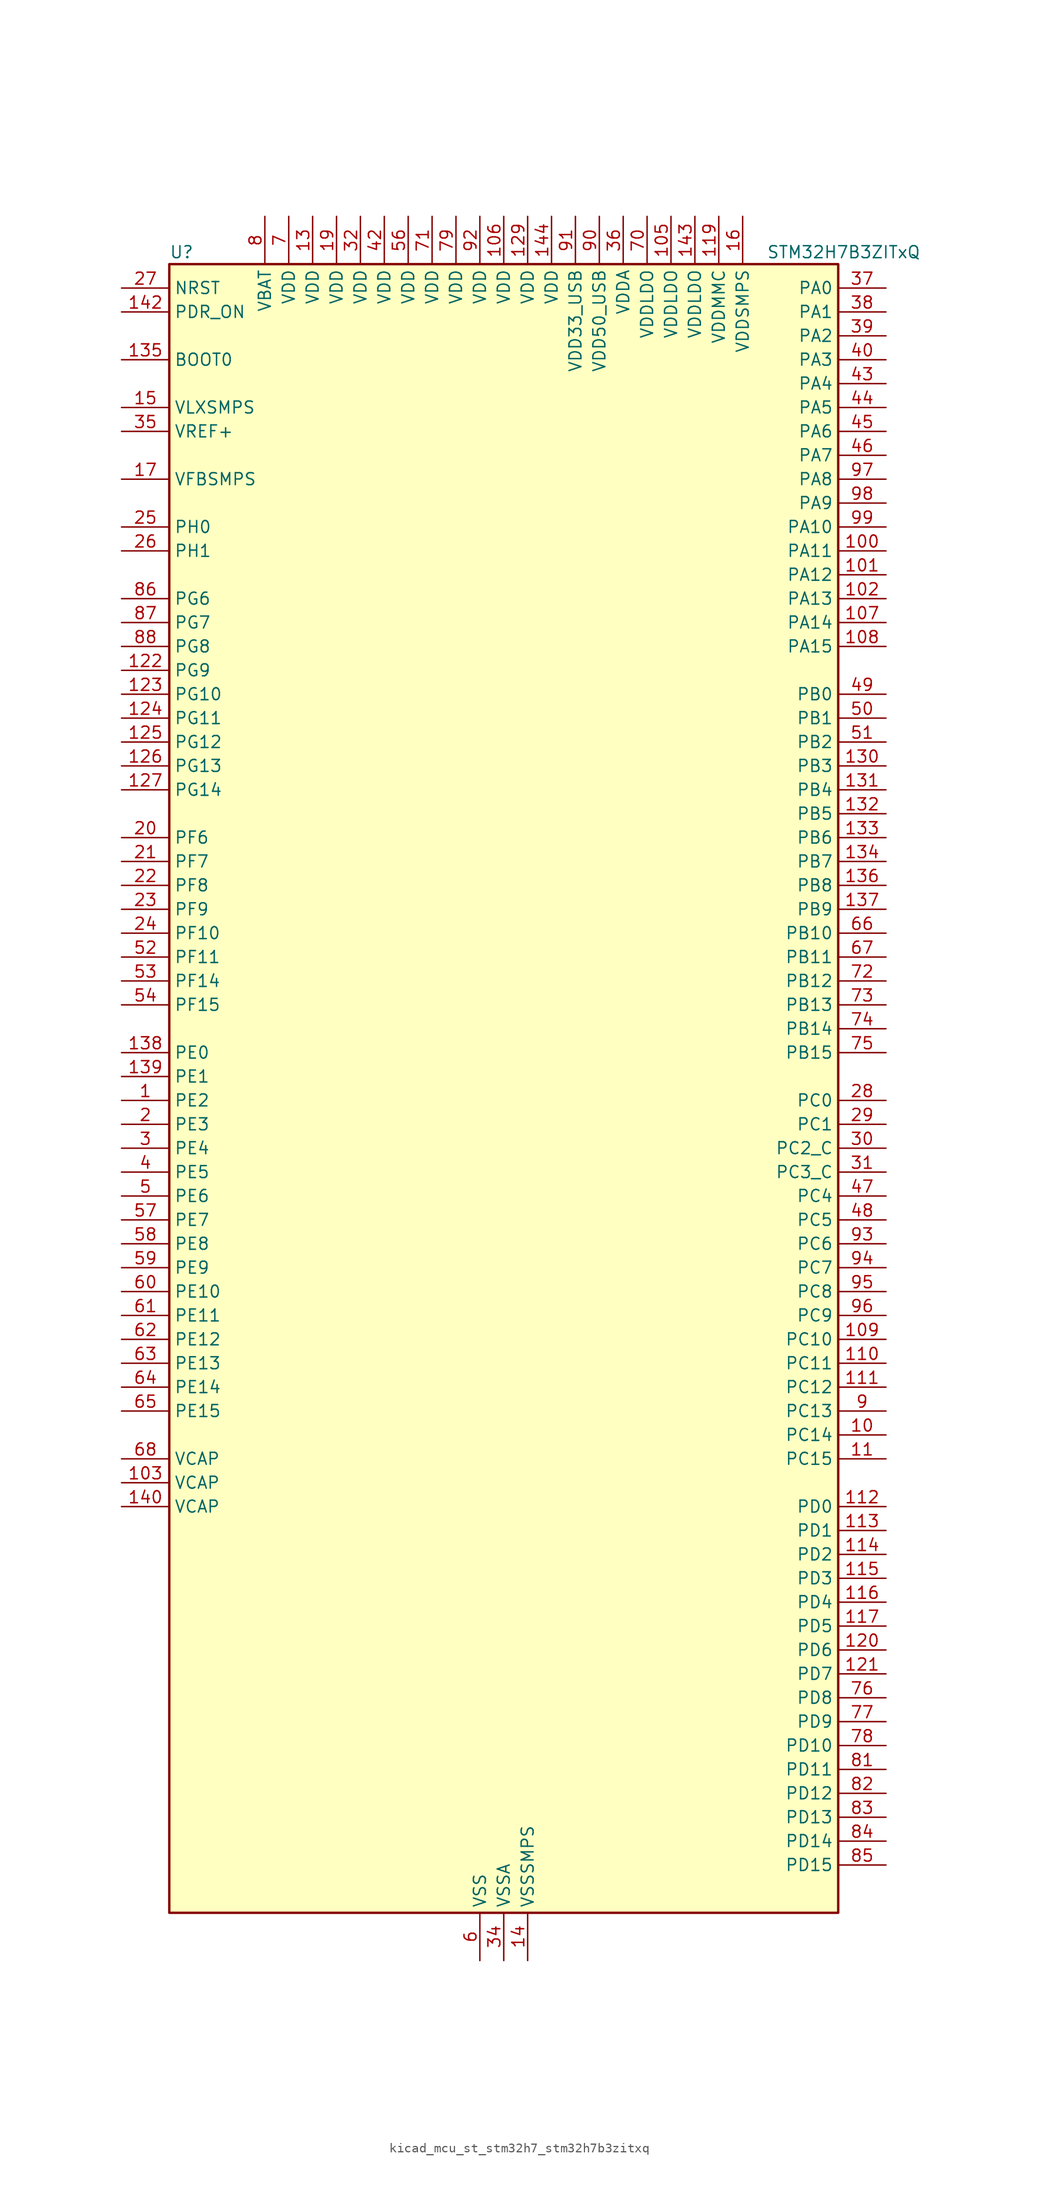
<source format=kicad_sym>
(kicad_symbol_lib
  (version 20220914)
  (generator kicad_symbol_editor)
  (symbol "kicad_mcu_st_stm32h7_stm32h7b3zitxq"
    (property "Reference" "U"
      (at -35.56 90.17 0)
      (effects (font (size 1.27 1.27)) (justify left)))
    (property "Value" "STM32H7B3ZITxQ"
      (at 27.94 90.17 0)
      (effects (font (size 1.27 1.27)) (justify left)))
    (property "ki_locked" ""
      (at 0 0 0)
      (effects (font (size 1.27 1.27))))
    (symbol "kicad_mcu_st_stm32h7_stm32h7b3zitxq_0_1"
      (rectangle (start -35.56 -86.36) (end 35.56 88.9) (stroke (width 0.254) (type default)) (fill (type background))))
    (symbol "kicad_mcu_st_stm32h7_stm32h7b3zitxq_1_1"
      (pin bidirectional line (at -40.64 0 0) (length 5.08) (name "PE2" (effects (font (size 1.27 1.27)))) (number "1" (effects (font (size 1.27 1.27)))) (alternate "DEBUG_TRACECLK" bidirectional line) (alternate "FMC_A23" bidirectional line) (alternate "OCTOSPIM_P1_IO2" bidirectional line) (alternate "SAI1_CK1" bidirectional line) (alternate "SAI1_MCLK_A" bidirectional line) (alternate "SPI4_SCK" bidirectional line) (alternate "USART10_RX" bidirectional line))
      (pin bidirectional line (at 40.64 -35.56 180) (length 5.08) (name "PC14" (effects (font (size 1.27 1.27)))) (number "10" (effects (font (size 1.27 1.27)))) (alternate "RCC_OSC32_IN" bidirectional line))
      (pin bidirectional line (at 40.64 58.42 180) (length 5.08) (name "PA11" (effects (font (size 1.27 1.27)))) (number "100" (effects (font (size 1.27 1.27)))) (alternate "ADC1_EXTI11" bidirectional line) (alternate "ADC2_EXTI11" bidirectional line) (alternate "FDCAN1_RX" bidirectional line) (alternate "I2S2_WS" bidirectional line) (alternate "LPUART1_CTS" bidirectional line) (alternate "LTDC_R4" bidirectional line) (alternate "SPI2_NSS" bidirectional line) (alternate "TIM1_CH4" bidirectional line) (alternate "UART4_RX" bidirectional line) (alternate "USART1_CTS" bidirectional line) (alternate "USART1_NSS" bidirectional line) (alternate "USB_OTG_HS_DM" bidirectional line))
      (pin bidirectional line (at 40.64 55.88 180) (length 5.08) (name "PA12" (effects (font (size 1.27 1.27)))) (number "101" (effects (font (size 1.27 1.27)))) (alternate "FDCAN1_TX" bidirectional line) (alternate "I2S2_CK" bidirectional line) (alternate "LPUART1_DE" bidirectional line) (alternate "LPUART1_RTS" bidirectional line) (alternate "LTDC_R5" bidirectional line) (alternate "SAI2_FS_B" bidirectional line) (alternate "SPI2_SCK" bidirectional line) (alternate "TIM1_ETR" bidirectional line) (alternate "UART4_TX" bidirectional line) (alternate "USART1_DE" bidirectional line) (alternate "USART1_RTS" bidirectional line) (alternate "USB_OTG_HS_DP" bidirectional line))
      (pin bidirectional line (at 40.64 53.34 180) (length 5.08) (name "PA13" (effects (font (size 1.27 1.27)))) (number "102" (effects (font (size 1.27 1.27)))) (alternate "DEBUG_JTMS-SWDIO" bidirectional line))
      (pin power_out line (at -40.64 -40.64 0) (length 5.08) (name "VCAP" (effects (font (size 1.27 1.27)))) (number "103" (effects (font (size 1.27 1.27)))))
      (pin passive line (at -2.54 -91.44 90) (length 5.08) hide (name "VSS" (effects (font (size 1.27 1.27)))) (number "104" (effects (font (size 1.27 1.27)))))
      (pin power_in line (at 17.78 93.98 270) (length 5.08) (name "VDDLDO" (effects (font (size 1.27 1.27)))) (number "105" (effects (font (size 1.27 1.27)))))
      (pin power_in line (at 0 93.98 270) (length 5.08) (name "VDD" (effects (font (size 1.27 1.27)))) (number "106" (effects (font (size 1.27 1.27)))))
      (pin bidirectional line (at 40.64 50.8 180) (length 5.08) (name "PA14" (effects (font (size 1.27 1.27)))) (number "107" (effects (font (size 1.27 1.27)))) (alternate "DEBUG_JTCK-SWCLK" bidirectional line))
      (pin bidirectional line (at 40.64 48.26 180) (length 5.08) (name "PA15" (effects (font (size 1.27 1.27)))) (number "108" (effects (font (size 1.27 1.27)))) (alternate "ADC1_EXTI15" bidirectional line) (alternate "ADC2_EXTI15" bidirectional line) (alternate "CEC" bidirectional line) (alternate "DEBUG_JTDI" bidirectional line) (alternate "I2S1_WS" bidirectional line) (alternate "I2S3_WS" bidirectional line) (alternate "I2S6_WS" bidirectional line) (alternate "LTDC_B6" bidirectional line) (alternate "LTDC_R3" bidirectional line) (alternate "SPI1_NSS" bidirectional line) (alternate "SPI3_NSS" bidirectional line) (alternate "SPI6_NSS" bidirectional line) (alternate "TIM2_CH1" bidirectional line) (alternate "TIM2_ETR" bidirectional line) (alternate "UART4_DE" bidirectional line) (alternate "UART4_RTS" bidirectional line) (alternate "UART7_TX" bidirectional line))
      (pin bidirectional line (at 40.64 -25.4 180) (length 5.08) (name "PC10" (effects (font (size 1.27 1.27)))) (number "109" (effects (font (size 1.27 1.27)))) (alternate "DCMI_D8" bidirectional line) (alternate "DFSDM1_CKIN5" bidirectional line) (alternate "DFSDM2_CKIN0" bidirectional line) (alternate "I2S3_CK" bidirectional line) (alternate "LTDC_B1" bidirectional line) (alternate "LTDC_R2" bidirectional line) (alternate "OCTOSPIM_P1_IO1" bidirectional line) (alternate "PSSI_D8" bidirectional line) (alternate "SDMMC1_D2" bidirectional line) (alternate "SPI3_SCK" bidirectional line) (alternate "SWPMI1_RX" bidirectional line) (alternate "UART4_TX" bidirectional line) (alternate "USART3_TX" bidirectional line))
      (pin bidirectional line (at 40.64 -38.1 180) (length 5.08) (name "PC15" (effects (font (size 1.27 1.27)))) (number "11" (effects (font (size 1.27 1.27)))) (alternate "ADC1_EXTI15" bidirectional line) (alternate "ADC2_EXTI15" bidirectional line) (alternate "RCC_OSC32_OUT" bidirectional line))
      (pin bidirectional line (at 40.64 -27.94 180) (length 5.08) (name "PC11" (effects (font (size 1.27 1.27)))) (number "110" (effects (font (size 1.27 1.27)))) (alternate "ADC1_EXTI11" bidirectional line) (alternate "ADC2_EXTI11" bidirectional line) (alternate "DCMI_D4" bidirectional line) (alternate "DFSDM1_DATIN5" bidirectional line) (alternate "DFSDM2_DATIN0" bidirectional line) (alternate "I2S3_SDI" bidirectional line) (alternate "LTDC_B4" bidirectional line) (alternate "OCTOSPIM_P1_NCS" bidirectional line) (alternate "PSSI_D4" bidirectional line) (alternate "SDMMC1_D3" bidirectional line) (alternate "SPI3_MISO" bidirectional line) (alternate "UART4_RX" bidirectional line) (alternate "USART3_RX" bidirectional line))
      (pin bidirectional line (at 40.64 -30.48 180) (length 5.08) (name "PC12" (effects (font (size 1.27 1.27)))) (number "111" (effects (font (size 1.27 1.27)))) (alternate "DCMI_D9" bidirectional line) (alternate "DEBUG_TRACED3" bidirectional line) (alternate "DFSDM2_CKOUT" bidirectional line) (alternate "I2S3_SDO" bidirectional line) (alternate "I2S6_CK" bidirectional line) (alternate "LTDC_R6" bidirectional line) (alternate "PSSI_D9" bidirectional line) (alternate "SDMMC1_CK" bidirectional line) (alternate "SPI3_MOSI" bidirectional line) (alternate "SPI6_SCK" bidirectional line) (alternate "TIM15_CH1" bidirectional line) (alternate "UART5_TX" bidirectional line) (alternate "USART3_CK" bidirectional line))
      (pin bidirectional line (at 40.64 -43.18 180) (length 5.08) (name "PD0" (effects (font (size 1.27 1.27)))) (number "112" (effects (font (size 1.27 1.27)))) (alternate "DFSDM1_CKIN6" bidirectional line) (alternate "FDCAN1_RX" bidirectional line) (alternate "FMC_D2" bidirectional line) (alternate "FMC_DA2" bidirectional line) (alternate "LTDC_B1" bidirectional line) (alternate "UART4_RX" bidirectional line) (alternate "UART9_CTS" bidirectional line))
      (pin bidirectional line (at 40.64 -45.72 180) (length 5.08) (name "PD1" (effects (font (size 1.27 1.27)))) (number "113" (effects (font (size 1.27 1.27)))) (alternate "DFSDM1_DATIN6" bidirectional line) (alternate "FDCAN1_TX" bidirectional line) (alternate "FMC_D3" bidirectional line) (alternate "FMC_DA3" bidirectional line) (alternate "UART4_TX" bidirectional line))
      (pin bidirectional line (at 40.64 -48.26 180) (length 5.08) (name "PD2" (effects (font (size 1.27 1.27)))) (number "114" (effects (font (size 1.27 1.27)))) (alternate "DCMI_D11" bidirectional line) (alternate "DEBUG_TRACED2" bidirectional line) (alternate "LTDC_B2" bidirectional line) (alternate "LTDC_B7" bidirectional line) (alternate "PSSI_D11" bidirectional line) (alternate "SDMMC1_CMD" bidirectional line) (alternate "TIM15_BKIN" bidirectional line) (alternate "TIM3_ETR" bidirectional line) (alternate "UART5_RX" bidirectional line))
      (pin bidirectional line (at 40.64 -50.8 180) (length 5.08) (name "PD3" (effects (font (size 1.27 1.27)))) (number "115" (effects (font (size 1.27 1.27)))) (alternate "DCMI_D5" bidirectional line) (alternate "DFSDM1_CKOUT" bidirectional line) (alternate "FMC_CLK" bidirectional line) (alternate "I2S2_CK" bidirectional line) (alternate "LTDC_G7" bidirectional line) (alternate "PSSI_D5" bidirectional line) (alternate "SPI2_SCK" bidirectional line) (alternate "USART2_CTS" bidirectional line) (alternate "USART2_NSS" bidirectional line))
      (pin bidirectional line (at 40.64 -53.34 180) (length 5.08) (name "PD4" (effects (font (size 1.27 1.27)))) (number "116" (effects (font (size 1.27 1.27)))) (alternate "FMC_NOE" bidirectional line) (alternate "OCTOSPIM_P1_IO4" bidirectional line) (alternate "USART2_DE" bidirectional line) (alternate "USART2_RTS" bidirectional line))
      (pin bidirectional line (at 40.64 -55.88 180) (length 5.08) (name "PD5" (effects (font (size 1.27 1.27)))) (number "117" (effects (font (size 1.27 1.27)))) (alternate "FMC_NWE" bidirectional line) (alternate "OCTOSPIM_P1_IO5" bidirectional line) (alternate "USART2_TX" bidirectional line))
      (pin passive line (at -2.54 -91.44 90) (length 5.08) hide (name "VSS" (effects (font (size 1.27 1.27)))) (number "118" (effects (font (size 1.27 1.27)))))
      (pin power_in line (at 22.86 93.98 270) (length 5.08) (name "VDDMMC" (effects (font (size 1.27 1.27)))) (number "119" (effects (font (size 1.27 1.27)))))
      (pin passive line (at -2.54 -91.44 90) (length 5.08) hide (name "VSS" (effects (font (size 1.27 1.27)))) (number "12" (effects (font (size 1.27 1.27)))))
      (pin bidirectional line (at 40.64 -58.42 180) (length 5.08) (name "PD6" (effects (font (size 1.27 1.27)))) (number "120" (effects (font (size 1.27 1.27)))) (alternate "DCMI_D10" bidirectional line) (alternate "DFSDM1_CKIN4" bidirectional line) (alternate "DFSDM1_DATIN1" bidirectional line) (alternate "FMC_NWAIT" bidirectional line) (alternate "I2S3_SDO" bidirectional line) (alternate "LTDC_B2" bidirectional line) (alternate "OCTOSPIM_P1_IO6" bidirectional line) (alternate "PSSI_D10" bidirectional line) (alternate "SAI1_D1" bidirectional line) (alternate "SAI1_SD_A" bidirectional line) (alternate "SDMMC2_CK" bidirectional line) (alternate "SPI3_MOSI" bidirectional line) (alternate "USART2_RX" bidirectional line))
      (pin bidirectional line (at 40.64 -60.96 180) (length 5.08) (name "PD7" (effects (font (size 1.27 1.27)))) (number "121" (effects (font (size 1.27 1.27)))) (alternate "DFSDM1_CKIN1" bidirectional line) (alternate "DFSDM1_DATIN4" bidirectional line) (alternate "FMC_NE1" bidirectional line) (alternate "I2S1_SDO" bidirectional line) (alternate "OCTOSPIM_P1_IO7" bidirectional line) (alternate "SDMMC2_CMD" bidirectional line) (alternate "SPDIFRX_IN0" bidirectional line) (alternate "SPI1_MOSI" bidirectional line) (alternate "USART2_CK" bidirectional line))
      (pin bidirectional line (at -40.64 45.72 0) (length 5.08) (name "PG9" (effects (font (size 1.27 1.27)))) (number "122" (effects (font (size 1.27 1.27)))) (alternate "DAC1_EXTI9" bidirectional line) (alternate "DCMI_VSYNC" bidirectional line) (alternate "FMC_NCE" bidirectional line) (alternate "FMC_NE2" bidirectional line) (alternate "I2S1_SDI" bidirectional line) (alternate "OCTOSPIM_P1_IO6" bidirectional line) (alternate "PSSI_RDY" bidirectional line) (alternate "SAI2_FS_B" bidirectional line) (alternate "SDMMC2_D0" bidirectional line) (alternate "SPDIFRX_IN3" bidirectional line) (alternate "SPI1_MISO" bidirectional line) (alternate "USART6_RX" bidirectional line))
      (pin bidirectional line (at -40.64 43.18 0) (length 5.08) (name "PG10" (effects (font (size 1.27 1.27)))) (number "123" (effects (font (size 1.27 1.27)))) (alternate "DCMI_D2" bidirectional line) (alternate "FMC_NE3" bidirectional line) (alternate "I2S1_WS" bidirectional line) (alternate "LTDC_B2" bidirectional line) (alternate "LTDC_G3" bidirectional line) (alternate "OCTOSPIM_P2_IO6" bidirectional line) (alternate "PSSI_D2" bidirectional line) (alternate "SAI2_SD_B" bidirectional line) (alternate "SDMMC2_D1" bidirectional line) (alternate "SPI1_NSS" bidirectional line))
      (pin bidirectional line (at -40.64 40.64 0) (length 5.08) (name "PG11" (effects (font (size 1.27 1.27)))) (number "124" (effects (font (size 1.27 1.27)))) (alternate "ADC1_EXTI11" bidirectional line) (alternate "ADC2_EXTI11" bidirectional line) (alternate "DCMI_D3" bidirectional line) (alternate "I2S1_CK" bidirectional line) (alternate "LPTIM1_IN2" bidirectional line) (alternate "LTDC_B3" bidirectional line) (alternate "OCTOSPIM_P2_IO7" bidirectional line) (alternate "PSSI_D3" bidirectional line) (alternate "SDMMC2_D2" bidirectional line) (alternate "SPDIFRX_IN0" bidirectional line) (alternate "SPI1_SCK" bidirectional line) (alternate "USART10_RX" bidirectional line))
      (pin bidirectional line (at -40.64 38.1 0) (length 5.08) (name "PG12" (effects (font (size 1.27 1.27)))) (number "125" (effects (font (size 1.27 1.27)))) (alternate "FMC_NE4" bidirectional line) (alternate "I2S6_SDI" bidirectional line) (alternate "LPTIM1_IN1" bidirectional line) (alternate "LTDC_B1" bidirectional line) (alternate "LTDC_B4" bidirectional line) (alternate "OCTOSPIM_P2_NCS" bidirectional line) (alternate "SDMMC2_D3" bidirectional line) (alternate "SPDIFRX_IN1" bidirectional line) (alternate "SPI6_MISO" bidirectional line) (alternate "USART10_TX" bidirectional line) (alternate "USART6_DE" bidirectional line) (alternate "USART6_RTS" bidirectional line))
      (pin bidirectional line (at -40.64 35.56 0) (length 5.08) (name "PG13" (effects (font (size 1.27 1.27)))) (number "126" (effects (font (size 1.27 1.27)))) (alternate "DEBUG_TRACED0" bidirectional line) (alternate "FMC_A24" bidirectional line) (alternate "I2S6_CK" bidirectional line) (alternate "LPTIM1_OUT" bidirectional line) (alternate "LTDC_R0" bidirectional line) (alternate "SDMMC2_D6" bidirectional line) (alternate "SPI6_SCK" bidirectional line) (alternate "USART10_CTS" bidirectional line) (alternate "USART10_NSS" bidirectional line) (alternate "USART6_CTS" bidirectional line) (alternate "USART6_NSS" bidirectional line))
      (pin bidirectional line (at -40.64 33.02 0) (length 5.08) (name "PG14" (effects (font (size 1.27 1.27)))) (number "127" (effects (font (size 1.27 1.27)))) (alternate "DEBUG_TRACED1" bidirectional line) (alternate "FMC_A25" bidirectional line) (alternate "I2S6_SDO" bidirectional line) (alternate "LPTIM1_ETR" bidirectional line) (alternate "LTDC_B0" bidirectional line) (alternate "OCTOSPIM_P1_IO7" bidirectional line) (alternate "SDMMC2_D7" bidirectional line) (alternate "SPI6_MOSI" bidirectional line) (alternate "USART10_DE" bidirectional line) (alternate "USART10_RTS" bidirectional line) (alternate "USART6_TX" bidirectional line))
      (pin passive line (at -2.54 -91.44 90) (length 5.08) hide (name "VSS" (effects (font (size 1.27 1.27)))) (number "128" (effects (font (size 1.27 1.27)))))
      (pin power_in line (at 2.54 93.98 270) (length 5.08) (name "VDD" (effects (font (size 1.27 1.27)))) (number "129" (effects (font (size 1.27 1.27)))))
      (pin power_in line (at -20.32 93.98 270) (length 5.08) (name "VDD" (effects (font (size 1.27 1.27)))) (number "13" (effects (font (size 1.27 1.27)))))
      (pin bidirectional line (at 40.64 35.56 180) (length 5.08) (name "PB3" (effects (font (size 1.27 1.27)))) (number "130" (effects (font (size 1.27 1.27)))) (alternate "CRS_SYNC" bidirectional line) (alternate "DEBUG_JTDO-SWO" bidirectional line) (alternate "I2S1_CK" bidirectional line) (alternate "I2S3_CK" bidirectional line) (alternate "I2S6_CK" bidirectional line) (alternate "SDMMC2_D2" bidirectional line) (alternate "SPI1_SCK" bidirectional line) (alternate "SPI3_SCK" bidirectional line) (alternate "SPI6_SCK" bidirectional line) (alternate "TIM2_CH2" bidirectional line) (alternate "UART7_RX" bidirectional line))
      (pin bidirectional line (at 40.64 33.02 180) (length 5.08) (name "PB4" (effects (font (size 1.27 1.27)))) (number "131" (effects (font (size 1.27 1.27)))) (alternate "DEBUG_JTRST" bidirectional line) (alternate "I2S1_SDI" bidirectional line) (alternate "I2S2_WS" bidirectional line) (alternate "I2S3_SDI" bidirectional line) (alternate "I2S6_SDI" bidirectional line) (alternate "SDMMC2_D3" bidirectional line) (alternate "SPI1_MISO" bidirectional line) (alternate "SPI2_NSS" bidirectional line) (alternate "SPI3_MISO" bidirectional line) (alternate "SPI6_MISO" bidirectional line) (alternate "TIM16_BKIN" bidirectional line) (alternate "TIM3_CH1" bidirectional line) (alternate "UART7_TX" bidirectional line))
      (pin bidirectional line (at 40.64 30.48 180) (length 5.08) (name "PB5" (effects (font (size 1.27 1.27)))) (number "132" (effects (font (size 1.27 1.27)))) (alternate "DCMI_D10" bidirectional line) (alternate "FDCAN2_RX" bidirectional line) (alternate "FMC_SDCKE1" bidirectional line) (alternate "I2C1_SMBA" bidirectional line) (alternate "I2C4_SMBA" bidirectional line) (alternate "I2S1_SDO" bidirectional line) (alternate "I2S3_SDO" bidirectional line) (alternate "I2S6_SDO" bidirectional line) (alternate "LTDC_B5" bidirectional line) (alternate "PSSI_D10" bidirectional line) (alternate "SPI1_MOSI" bidirectional line) (alternate "SPI3_MOSI" bidirectional line) (alternate "SPI6_MOSI" bidirectional line) (alternate "TIM17_BKIN" bidirectional line) (alternate "TIM3_CH2" bidirectional line) (alternate "UART5_RX" bidirectional line) (alternate "USB_OTG_HS_ULPI_D7" bidirectional line))
      (pin bidirectional line (at 40.64 27.94 180) (length 5.08) (name "PB6" (effects (font (size 1.27 1.27)))) (number "133" (effects (font (size 1.27 1.27)))) (alternate "CEC" bidirectional line) (alternate "DCMI_D5" bidirectional line) (alternate "DFSDM1_DATIN5" bidirectional line) (alternate "FDCAN2_TX" bidirectional line) (alternate "FMC_SDNE1" bidirectional line) (alternate "I2C1_SCL" bidirectional line) (alternate "I2C4_SCL" bidirectional line) (alternate "LPUART1_TX" bidirectional line) (alternate "OCTOSPIM_P1_NCS" bidirectional line) (alternate "PSSI_D5" bidirectional line) (alternate "TIM16_CH1N" bidirectional line) (alternate "TIM4_CH1" bidirectional line) (alternate "UART5_TX" bidirectional line) (alternate "USART1_TX" bidirectional line))
      (pin bidirectional line (at 40.64 25.4 180) (length 5.08) (name "PB7" (effects (font (size 1.27 1.27)))) (number "134" (effects (font (size 1.27 1.27)))) (alternate "DCMI_VSYNC" bidirectional line) (alternate "DFSDM1_CKIN5" bidirectional line) (alternate "FMC_NL" bidirectional line) (alternate "I2C1_SDA" bidirectional line) (alternate "I2C4_SDA" bidirectional line) (alternate "LPUART1_RX" bidirectional line) (alternate "PSSI_RDY" bidirectional line) (alternate "PWR_PVD_IN" bidirectional line) (alternate "TIM17_CH1N" bidirectional line) (alternate "TIM4_CH2" bidirectional line) (alternate "USART1_RX" bidirectional line))
      (pin input line (at -40.64 78.74 0) (length 5.08) (name "BOOT0" (effects (font (size 1.27 1.27)))) (number "135" (effects (font (size 1.27 1.27)))))
      (pin bidirectional line (at 40.64 22.86 180) (length 5.08) (name "PB8" (effects (font (size 1.27 1.27)))) (number "136" (effects (font (size 1.27 1.27)))) (alternate "DCMI_D6" bidirectional line) (alternate "DFSDM1_CKIN7" bidirectional line) (alternate "FDCAN1_RX" bidirectional line) (alternate "I2C1_SCL" bidirectional line) (alternate "I2C4_SCL" bidirectional line) (alternate "LTDC_B6" bidirectional line) (alternate "PSSI_D6" bidirectional line) (alternate "SDMMC1_CKIN" bidirectional line) (alternate "SDMMC1_D4" bidirectional line) (alternate "SDMMC2_D4" bidirectional line) (alternate "TIM16_CH1" bidirectional line) (alternate "TIM4_CH3" bidirectional line) (alternate "UART4_RX" bidirectional line))
      (pin bidirectional line (at 40.64 20.32 180) (length 5.08) (name "PB9" (effects (font (size 1.27 1.27)))) (number "137" (effects (font (size 1.27 1.27)))) (alternate "DAC1_EXTI9" bidirectional line) (alternate "DCMI_D7" bidirectional line) (alternate "DFSDM1_DATIN7" bidirectional line) (alternate "FDCAN1_TX" bidirectional line) (alternate "I2C1_SDA" bidirectional line) (alternate "I2C4_SDA" bidirectional line) (alternate "I2C4_SMBA" bidirectional line) (alternate "I2S2_WS" bidirectional line) (alternate "LTDC_B7" bidirectional line) (alternate "PSSI_D7" bidirectional line) (alternate "SDMMC1_CDIR" bidirectional line) (alternate "SDMMC1_D5" bidirectional line) (alternate "SDMMC2_D5" bidirectional line) (alternate "SPI2_NSS" bidirectional line) (alternate "TIM17_CH1" bidirectional line) (alternate "TIM4_CH4" bidirectional line) (alternate "UART4_TX" bidirectional line))
      (pin bidirectional line (at -40.64 5.08 0) (length 5.08) (name "PE0" (effects (font (size 1.27 1.27)))) (number "138" (effects (font (size 1.27 1.27)))) (alternate "DCMI_D2" bidirectional line) (alternate "FMC_NBL0" bidirectional line) (alternate "LPTIM1_ETR" bidirectional line) (alternate "LPTIM2_ETR" bidirectional line) (alternate "LTDC_R0" bidirectional line) (alternate "PSSI_D2" bidirectional line) (alternate "SAI2_MCLK_A" bidirectional line) (alternate "TIM4_ETR" bidirectional line) (alternate "UART8_RX" bidirectional line))
      (pin bidirectional line (at -40.64 2.54 0) (length 5.08) (name "PE1" (effects (font (size 1.27 1.27)))) (number "139" (effects (font (size 1.27 1.27)))) (alternate "DCMI_D3" bidirectional line) (alternate "FMC_NBL1" bidirectional line) (alternate "LPTIM1_IN2" bidirectional line) (alternate "LTDC_R6" bidirectional line) (alternate "PSSI_D3" bidirectional line) (alternate "UART8_TX" bidirectional line))
      (pin power_in line (at 2.54 -91.44 90) (length 5.08) (name "VSSSMPS" (effects (font (size 1.27 1.27)))) (number "14" (effects (font (size 1.27 1.27)))))
      (pin power_out line (at -40.64 -43.18 0) (length 5.08) (name "VCAP" (effects (font (size 1.27 1.27)))) (number "140" (effects (font (size 1.27 1.27)))))
      (pin passive line (at -2.54 -91.44 90) (length 5.08) hide (name "VSS" (effects (font (size 1.27 1.27)))) (number "141" (effects (font (size 1.27 1.27)))))
      (pin input line (at -40.64 83.82 0) (length 5.08) (name "PDR_ON" (effects (font (size 1.27 1.27)))) (number "142" (effects (font (size 1.27 1.27)))))
      (pin power_in line (at 20.32 93.98 270) (length 5.08) (name "VDDLDO" (effects (font (size 1.27 1.27)))) (number "143" (effects (font (size 1.27 1.27)))))
      (pin power_in line (at 5.08 93.98 270) (length 5.08) (name "VDD" (effects (font (size 1.27 1.27)))) (number "144" (effects (font (size 1.27 1.27)))))
      (pin power_in line (at -40.64 73.66 0) (length 5.08) (name "VLXSMPS" (effects (font (size 1.27 1.27)))) (number "15" (effects (font (size 1.27 1.27)))))
      (pin power_in line (at 25.4 93.98 270) (length 5.08) (name "VDDSMPS" (effects (font (size 1.27 1.27)))) (number "16" (effects (font (size 1.27 1.27)))))
      (pin input line (at -40.64 66.04 0) (length 5.08) (name "VFBSMPS" (effects (font (size 1.27 1.27)))) (number "17" (effects (font (size 1.27 1.27)))))
      (pin passive line (at -2.54 -91.44 90) (length 5.08) hide (name "VSS" (effects (font (size 1.27 1.27)))) (number "18" (effects (font (size 1.27 1.27)))))
      (pin power_in line (at -17.78 93.98 270) (length 5.08) (name "VDD" (effects (font (size 1.27 1.27)))) (number "19" (effects (font (size 1.27 1.27)))))
      (pin bidirectional line (at -40.64 -2.54 0) (length 5.08) (name "PE3" (effects (font (size 1.27 1.27)))) (number "2" (effects (font (size 1.27 1.27)))) (alternate "DEBUG_TRACED0" bidirectional line) (alternate "FMC_A19" bidirectional line) (alternate "SAI1_SD_B" bidirectional line) (alternate "TIM15_BKIN" bidirectional line) (alternate "USART10_TX" bidirectional line))
      (pin bidirectional line (at -40.64 27.94 0) (length 5.08) (name "PF6" (effects (font (size 1.27 1.27)))) (number "20" (effects (font (size 1.27 1.27)))) (alternate "OCTOSPIM_P1_IO3" bidirectional line) (alternate "SAI1_SD_B" bidirectional line) (alternate "SPI5_NSS" bidirectional line) (alternate "TIM16_CH1" bidirectional line) (alternate "UART7_RX" bidirectional line))
      (pin bidirectional line (at -40.64 25.4 0) (length 5.08) (name "PF7" (effects (font (size 1.27 1.27)))) (number "21" (effects (font (size 1.27 1.27)))) (alternate "OCTOSPIM_P1_IO2" bidirectional line) (alternate "SAI1_MCLK_B" bidirectional line) (alternate "SPI5_SCK" bidirectional line) (alternate "TIM17_CH1" bidirectional line) (alternate "UART7_TX" bidirectional line))
      (pin bidirectional line (at -40.64 22.86 0) (length 5.08) (name "PF8" (effects (font (size 1.27 1.27)))) (number "22" (effects (font (size 1.27 1.27)))) (alternate "OCTOSPIM_P1_IO0" bidirectional line) (alternate "SAI1_SCK_B" bidirectional line) (alternate "SPI5_MISO" bidirectional line) (alternate "TIM13_CH1" bidirectional line) (alternate "TIM16_CH1N" bidirectional line) (alternate "UART7_DE" bidirectional line) (alternate "UART7_RTS" bidirectional line))
      (pin bidirectional line (at -40.64 20.32 0) (length 5.08) (name "PF9" (effects (font (size 1.27 1.27)))) (number "23" (effects (font (size 1.27 1.27)))) (alternate "DAC1_EXTI9" bidirectional line) (alternate "OCTOSPIM_P1_IO1" bidirectional line) (alternate "SAI1_FS_B" bidirectional line) (alternate "SPI5_MOSI" bidirectional line) (alternate "TIM14_CH1" bidirectional line) (alternate "TIM17_CH1N" bidirectional line) (alternate "UART7_CTS" bidirectional line))
      (pin bidirectional line (at -40.64 17.78 0) (length 5.08) (name "PF10" (effects (font (size 1.27 1.27)))) (number "24" (effects (font (size 1.27 1.27)))) (alternate "DCMI_D11" bidirectional line) (alternate "LTDC_DE" bidirectional line) (alternate "OCTOSPIM_P1_CLK" bidirectional line) (alternate "PSSI_D11" bidirectional line) (alternate "PSSI_D15" bidirectional line) (alternate "SAI1_D3" bidirectional line) (alternate "TIM16_BKIN" bidirectional line))
      (pin bidirectional line (at -40.64 60.96 0) (length 5.08) (name "PH0" (effects (font (size 1.27 1.27)))) (number "25" (effects (font (size 1.27 1.27)))) (alternate "RCC_OSC_IN" bidirectional line))
      (pin bidirectional line (at -40.64 58.42 0) (length 5.08) (name "PH1" (effects (font (size 1.27 1.27)))) (number "26" (effects (font (size 1.27 1.27)))) (alternate "RCC_OSC_OUT" bidirectional line))
      (pin input line (at -40.64 86.36 0) (length 5.08) (name "NRST" (effects (font (size 1.27 1.27)))) (number "27" (effects (font (size 1.27 1.27)))))
      (pin bidirectional line (at 40.64 0 180) (length 5.08) (name "PC0" (effects (font (size 1.27 1.27)))) (number "28" (effects (font (size 1.27 1.27)))) (alternate "ADC1_INP10" bidirectional line) (alternate "ADC2_INP10" bidirectional line) (alternate "DFSDM1_CKIN0" bidirectional line) (alternate "DFSDM1_DATIN4" bidirectional line) (alternate "FMC_A25" bidirectional line) (alternate "FMC_SDNWE" bidirectional line) (alternate "LTDC_G2" bidirectional line) (alternate "LTDC_R5" bidirectional line) (alternate "SAI2_FS_B" bidirectional line) (alternate "USB_OTG_HS_ULPI_STP" bidirectional line))
      (pin bidirectional line (at 40.64 -2.54 180) (length 5.08) (name "PC1" (effects (font (size 1.27 1.27)))) (number "29" (effects (font (size 1.27 1.27)))) (alternate "ADC1_INN10" bidirectional line) (alternate "ADC1_INP11" bidirectional line) (alternate "ADC2_INN10" bidirectional line) (alternate "ADC2_INP11" bidirectional line) (alternate "DEBUG_TRACED0" bidirectional line) (alternate "DFSDM1_CKIN4" bidirectional line) (alternate "DFSDM1_DATIN0" bidirectional line) (alternate "I2S2_SDO" bidirectional line) (alternate "LTDC_G5" bidirectional line) (alternate "MDIOS_MDC" bidirectional line) (alternate "OCTOSPIM_P1_IO4" bidirectional line) (alternate "PWR_WKUP6" bidirectional line) (alternate "RTC_TAMP3" bidirectional line) (alternate "SAI1_D1" bidirectional line) (alternate "SAI1_SD_A" bidirectional line) (alternate "SDMMC2_CK" bidirectional line) (alternate "SPI2_MOSI" bidirectional line))
      (pin bidirectional line (at -40.64 -5.08 0) (length 5.08) (name "PE4" (effects (font (size 1.27 1.27)))) (number "3" (effects (font (size 1.27 1.27)))) (alternate "DCMI_D4" bidirectional line) (alternate "DEBUG_TRACED1" bidirectional line) (alternate "DFSDM1_DATIN3" bidirectional line) (alternate "FMC_A20" bidirectional line) (alternate "LTDC_B0" bidirectional line) (alternate "PSSI_D4" bidirectional line) (alternate "SAI1_D2" bidirectional line) (alternate "SAI1_FS_A" bidirectional line) (alternate "SPI4_NSS" bidirectional line) (alternate "TIM15_CH1N" bidirectional line))
      (pin bidirectional line (at 40.64 -5.08 180) (length 5.08) (name "PC2_C" (effects (font (size 1.27 1.27)))) (number "30" (effects (font (size 1.27 1.27)))) (alternate "ADC2_INN1" bidirectional line) (alternate "ADC2_INP0" bidirectional line) (alternate "DFSDM1_CKIN1" bidirectional line) (alternate "DFSDM1_CKOUT" bidirectional line) (alternate "FMC_SDNE0" bidirectional line) (alternate "I2S2_SDI" bidirectional line) (alternate "OCTOSPIM_P1_IO2" bidirectional line) (alternate "OCTOSPIM_P1_IO5" bidirectional line) (alternate "PWR_CSTOP" bidirectional line) (alternate "SPI2_MISO" bidirectional line) (alternate "USB_OTG_HS_ULPI_DIR" bidirectional line))
      (pin bidirectional line (at 40.64 -7.62 180) (length 5.08) (name "PC3_C" (effects (font (size 1.27 1.27)))) (number "31" (effects (font (size 1.27 1.27)))) (alternate "ADC2_INP1" bidirectional line) (alternate "DFSDM1_DATIN1" bidirectional line) (alternate "FMC_SDCKE0" bidirectional line) (alternate "I2S2_SDO" bidirectional line) (alternate "OCTOSPIM_P1_IO0" bidirectional line) (alternate "OCTOSPIM_P1_IO6" bidirectional line) (alternate "PWR_CSLEEP" bidirectional line) (alternate "SPI2_MOSI" bidirectional line) (alternate "USB_OTG_HS_ULPI_NXT" bidirectional line))
      (pin power_in line (at -15.24 93.98 270) (length 5.08) (name "VDD" (effects (font (size 1.27 1.27)))) (number "32" (effects (font (size 1.27 1.27)))))
      (pin passive line (at -2.54 -91.44 90) (length 5.08) hide (name "VSS" (effects (font (size 1.27 1.27)))) (number "33" (effects (font (size 1.27 1.27)))))
      (pin power_in line (at 0 -91.44 90) (length 5.08) (name "VSSA" (effects (font (size 1.27 1.27)))) (number "34" (effects (font (size 1.27 1.27)))))
      (pin input line (at -40.64 71.12 0) (length 5.08) (name "VREF+" (effects (font (size 1.27 1.27)))) (number "35" (effects (font (size 1.27 1.27)))) (alternate "VREFBUF_OUT" bidirectional line))
      (pin power_in line (at 12.7 93.98 270) (length 5.08) (name "VDDA" (effects (font (size 1.27 1.27)))) (number "36" (effects (font (size 1.27 1.27)))))
      (pin bidirectional line (at 40.64 86.36 180) (length 5.08) (name "PA0" (effects (font (size 1.27 1.27)))) (number "37" (effects (font (size 1.27 1.27)))) (alternate "ADC1_INP16" bidirectional line) (alternate "I2S6_WS" bidirectional line) (alternate "PWR_WKUP1" bidirectional line) (alternate "SAI2_SD_B" bidirectional line) (alternate "SDMMC2_CMD" bidirectional line) (alternate "SPI6_NSS" bidirectional line) (alternate "TIM15_BKIN" bidirectional line) (alternate "TIM2_CH1" bidirectional line) (alternate "TIM2_ETR" bidirectional line) (alternate "TIM5_CH1" bidirectional line) (alternate "TIM8_ETR" bidirectional line) (alternate "UART4_TX" bidirectional line) (alternate "USART2_CTS" bidirectional line) (alternate "USART2_NSS" bidirectional line))
      (pin bidirectional line (at 40.64 83.82 180) (length 5.08) (name "PA1" (effects (font (size 1.27 1.27)))) (number "38" (effects (font (size 1.27 1.27)))) (alternate "ADC1_INN16" bidirectional line) (alternate "ADC1_INP17" bidirectional line) (alternate "LPTIM3_OUT" bidirectional line) (alternate "LTDC_R2" bidirectional line) (alternate "OCTOSPIM_P1_DQS" bidirectional line) (alternate "OCTOSPIM_P1_IO3" bidirectional line) (alternate "SAI2_MCLK_B" bidirectional line) (alternate "TIM15_CH1N" bidirectional line) (alternate "TIM2_CH2" bidirectional line) (alternate "TIM5_CH2" bidirectional line) (alternate "UART4_RX" bidirectional line) (alternate "USART2_DE" bidirectional line) (alternate "USART2_RTS" bidirectional line))
      (pin bidirectional line (at 40.64 81.28 180) (length 5.08) (name "PA2" (effects (font (size 1.27 1.27)))) (number "39" (effects (font (size 1.27 1.27)))) (alternate "ADC1_INP14" bidirectional line) (alternate "DFSDM2_CKIN1" bidirectional line) (alternate "LTDC_R1" bidirectional line) (alternate "MDIOS_MDIO" bidirectional line) (alternate "PWR_WKUP2" bidirectional line) (alternate "SAI2_SCK_B" bidirectional line) (alternate "TIM15_CH1" bidirectional line) (alternate "TIM2_CH3" bidirectional line) (alternate "TIM5_CH3" bidirectional line) (alternate "USART2_TX" bidirectional line))
      (pin bidirectional line (at -40.64 -7.62 0) (length 5.08) (name "PE5" (effects (font (size 1.27 1.27)))) (number "4" (effects (font (size 1.27 1.27)))) (alternate "DCMI_D6" bidirectional line) (alternate "DEBUG_TRACED2" bidirectional line) (alternate "DFSDM1_CKIN3" bidirectional line) (alternate "FMC_A21" bidirectional line) (alternate "LTDC_G0" bidirectional line) (alternate "PSSI_D6" bidirectional line) (alternate "SAI1_CK2" bidirectional line) (alternate "SAI1_SCK_A" bidirectional line) (alternate "SPI4_MISO" bidirectional line) (alternate "TIM15_CH1" bidirectional line))
      (pin bidirectional line (at 40.64 78.74 180) (length 5.08) (name "PA3" (effects (font (size 1.27 1.27)))) (number "40" (effects (font (size 1.27 1.27)))) (alternate "ADC1_INP15" bidirectional line) (alternate "I2S6_MCK" bidirectional line) (alternate "LTDC_B2" bidirectional line) (alternate "LTDC_B5" bidirectional line) (alternate "OCTOSPIM_P1_CLK" bidirectional line) (alternate "TIM15_CH2" bidirectional line) (alternate "TIM2_CH4" bidirectional line) (alternate "TIM5_CH4" bidirectional line) (alternate "USART2_RX" bidirectional line) (alternate "USB_OTG_HS_ULPI_D0" bidirectional line))
      (pin passive line (at -2.54 -91.44 90) (length 5.08) hide (name "VSS" (effects (font (size 1.27 1.27)))) (number "41" (effects (font (size 1.27 1.27)))))
      (pin power_in line (at -12.7 93.98 270) (length 5.08) (name "VDD" (effects (font (size 1.27 1.27)))) (number "42" (effects (font (size 1.27 1.27)))))
      (pin bidirectional line (at 40.64 76.2 180) (length 5.08) (name "PA4" (effects (font (size 1.27 1.27)))) (number "43" (effects (font (size 1.27 1.27)))) (alternate "ADC1_INP18" bidirectional line) (alternate "DAC1_OUT1" bidirectional line) (alternate "DCMI_HSYNC" bidirectional line) (alternate "I2S1_WS" bidirectional line) (alternate "I2S3_WS" bidirectional line) (alternate "I2S6_WS" bidirectional line) (alternate "LTDC_VSYNC" bidirectional line) (alternate "PSSI_DE" bidirectional line) (alternate "SPI1_NSS" bidirectional line) (alternate "SPI3_NSS" bidirectional line) (alternate "SPI6_NSS" bidirectional line) (alternate "TIM5_ETR" bidirectional line) (alternate "USART2_CK" bidirectional line))
      (pin bidirectional line (at 40.64 73.66 180) (length 5.08) (name "PA5" (effects (font (size 1.27 1.27)))) (number "44" (effects (font (size 1.27 1.27)))) (alternate "ADC1_INN18" bidirectional line) (alternate "ADC1_INP19" bidirectional line) (alternate "DAC1_OUT2" bidirectional line) (alternate "I2S1_CK" bidirectional line) (alternate "I2S6_CK" bidirectional line) (alternate "LTDC_R4" bidirectional line) (alternate "PSSI_D14" bidirectional line) (alternate "PWR_NDSTOP2" bidirectional line) (alternate "SPI1_SCK" bidirectional line) (alternate "SPI6_SCK" bidirectional line) (alternate "TIM2_CH1" bidirectional line) (alternate "TIM2_ETR" bidirectional line) (alternate "TIM8_CH1N" bidirectional line) (alternate "USB_OTG_HS_ULPI_CK" bidirectional line))
      (pin bidirectional line (at 40.64 71.12 180) (length 5.08) (name "PA6" (effects (font (size 1.27 1.27)))) (number "45" (effects (font (size 1.27 1.27)))) (alternate "ADC1_INP3" bidirectional line) (alternate "ADC2_INP3" bidirectional line) (alternate "DAC2_OUT1" bidirectional line) (alternate "DCMI_PIXCLK" bidirectional line) (alternate "I2S1_SDI" bidirectional line) (alternate "I2S6_SDI" bidirectional line) (alternate "LTDC_G2" bidirectional line) (alternate "MDIOS_MDC" bidirectional line) (alternate "OCTOSPIM_P1_IO3" bidirectional line) (alternate "PSSI_PDCK" bidirectional line) (alternate "SPI1_MISO" bidirectional line) (alternate "SPI6_MISO" bidirectional line) (alternate "TIM13_CH1" bidirectional line) (alternate "TIM1_BKIN" bidirectional line) (alternate "TIM1_BKIN_COMP1" bidirectional line) (alternate "TIM1_BKIN_COMP2" bidirectional line) (alternate "TIM3_CH1" bidirectional line) (alternate "TIM8_BKIN" bidirectional line) (alternate "TIM8_BKIN_COMP1" bidirectional line) (alternate "TIM8_BKIN_COMP2" bidirectional line))
      (pin bidirectional line (at 40.64 68.58 180) (length 5.08) (name "PA7" (effects (font (size 1.27 1.27)))) (number "46" (effects (font (size 1.27 1.27)))) (alternate "ADC1_INN3" bidirectional line) (alternate "ADC1_INP7" bidirectional line) (alternate "ADC2_INN3" bidirectional line) (alternate "ADC2_INP7" bidirectional line) (alternate "DFSDM2_DATIN1" bidirectional line) (alternate "FMC_SDNWE" bidirectional line) (alternate "I2S1_SDO" bidirectional line) (alternate "I2S6_SDO" bidirectional line) (alternate "LTDC_VSYNC" bidirectional line) (alternate "OCTOSPIM_P1_IO2" bidirectional line) (alternate "OPAMP1_VINM" bidirectional line) (alternate "SPI1_MOSI" bidirectional line) (alternate "SPI6_MOSI" bidirectional line) (alternate "TIM14_CH1" bidirectional line) (alternate "TIM1_CH1N" bidirectional line) (alternate "TIM3_CH2" bidirectional line) (alternate "TIM8_CH1N" bidirectional line))
      (pin bidirectional line (at 40.64 -10.16 180) (length 5.08) (name "PC4" (effects (font (size 1.27 1.27)))) (number "47" (effects (font (size 1.27 1.27)))) (alternate "ADC1_INP4" bidirectional line) (alternate "ADC2_INP4" bidirectional line) (alternate "COMP1_INM" bidirectional line) (alternate "DFSDM1_CKIN2" bidirectional line) (alternate "FMC_SDNE0" bidirectional line) (alternate "I2S1_MCK" bidirectional line) (alternate "LTDC_R7" bidirectional line) (alternate "OPAMP1_VOUT" bidirectional line) (alternate "SPDIFRX_IN2" bidirectional line))
      (pin bidirectional line (at 40.64 -12.7 180) (length 5.08) (name "PC5" (effects (font (size 1.27 1.27)))) (number "48" (effects (font (size 1.27 1.27)))) (alternate "ADC1_INN4" bidirectional line) (alternate "ADC1_INP8" bidirectional line) (alternate "ADC2_INN4" bidirectional line) (alternate "ADC2_INP8" bidirectional line) (alternate "COMP1_OUT" bidirectional line) (alternate "DFSDM1_DATIN2" bidirectional line) (alternate "FMC_SDCKE0" bidirectional line) (alternate "LTDC_DE" bidirectional line) (alternate "OCTOSPIM_P1_DQS" bidirectional line) (alternate "OPAMP1_VINM" bidirectional line) (alternate "PSSI_D15" bidirectional line) (alternate "SAI1_D3" bidirectional line) (alternate "SPDIFRX_IN3" bidirectional line))
      (pin bidirectional line (at 40.64 43.18 180) (length 5.08) (name "PB0" (effects (font (size 1.27 1.27)))) (number "49" (effects (font (size 1.27 1.27)))) (alternate "ADC1_INN5" bidirectional line) (alternate "ADC1_INP9" bidirectional line) (alternate "ADC2_INN5" bidirectional line) (alternate "ADC2_INP9" bidirectional line) (alternate "COMP1_INP" bidirectional line) (alternate "DFSDM1_CKOUT" bidirectional line) (alternate "DFSDM2_CKOUT" bidirectional line) (alternate "LTDC_G1" bidirectional line) (alternate "LTDC_R3" bidirectional line) (alternate "OCTOSPIM_P1_IO1" bidirectional line) (alternate "OPAMP1_VINP" bidirectional line) (alternate "TIM1_CH2N" bidirectional line) (alternate "TIM3_CH3" bidirectional line) (alternate "TIM8_CH2N" bidirectional line) (alternate "UART4_CTS" bidirectional line) (alternate "USB_OTG_HS_ULPI_D1" bidirectional line))
      (pin bidirectional line (at -40.64 -10.16 0) (length 5.08) (name "PE6" (effects (font (size 1.27 1.27)))) (number "5" (effects (font (size 1.27 1.27)))) (alternate "DCMI_D7" bidirectional line) (alternate "DEBUG_TRACED3" bidirectional line) (alternate "FMC_A22" bidirectional line) (alternate "LTDC_G1" bidirectional line) (alternate "PSSI_D7" bidirectional line) (alternate "SAI1_D1" bidirectional line) (alternate "SAI1_SD_A" bidirectional line) (alternate "SAI2_MCLK_B" bidirectional line) (alternate "SPI4_MOSI" bidirectional line) (alternate "TIM15_CH2" bidirectional line) (alternate "TIM1_BKIN2" bidirectional line) (alternate "TIM1_BKIN2_COMP1" bidirectional line) (alternate "TIM1_BKIN2_COMP2" bidirectional line))
      (pin bidirectional line (at 40.64 40.64 180) (length 5.08) (name "PB1" (effects (font (size 1.27 1.27)))) (number "50" (effects (font (size 1.27 1.27)))) (alternate "ADC1_INP5" bidirectional line) (alternate "ADC2_INP5" bidirectional line) (alternate "COMP1_INM" bidirectional line) (alternate "DFSDM1_DATIN1" bidirectional line) (alternate "LTDC_G0" bidirectional line) (alternate "LTDC_R6" bidirectional line) (alternate "OCTOSPIM_P1_IO0" bidirectional line) (alternate "TIM1_CH3N" bidirectional line) (alternate "TIM3_CH4" bidirectional line) (alternate "TIM8_CH3N" bidirectional line) (alternate "USB_OTG_HS_ULPI_D2" bidirectional line))
      (pin bidirectional line (at 40.64 38.1 180) (length 5.08) (name "PB2" (effects (font (size 1.27 1.27)))) (number "51" (effects (font (size 1.27 1.27)))) (alternate "COMP1_INP" bidirectional line) (alternate "DFSDM1_CKIN1" bidirectional line) (alternate "I2S3_SDO" bidirectional line) (alternate "OCTOSPIM_P1_CLK" bidirectional line) (alternate "OCTOSPIM_P1_DQS" bidirectional line) (alternate "RTC_OUT_ALARM" bidirectional line) (alternate "RTC_OUT_CALIB" bidirectional line) (alternate "SAI1_D1" bidirectional line) (alternate "SAI1_SD_A" bidirectional line) (alternate "SPI3_MOSI" bidirectional line))
      (pin bidirectional line (at -40.64 15.24 0) (length 5.08) (name "PF11" (effects (font (size 1.27 1.27)))) (number "52" (effects (font (size 1.27 1.27)))) (alternate "ADC1_EXTI11" bidirectional line) (alternate "ADC1_INP2" bidirectional line) (alternate "ADC2_EXTI11" bidirectional line) (alternate "DCMI_D12" bidirectional line) (alternate "FMC_SDNRAS" bidirectional line) (alternate "OCTOSPIM_P1_NCLK" bidirectional line) (alternate "PSSI_D12" bidirectional line) (alternate "SAI2_SD_B" bidirectional line) (alternate "SPI5_MOSI" bidirectional line))
      (pin bidirectional line (at -40.64 12.7 0) (length 5.08) (name "PF14" (effects (font (size 1.27 1.27)))) (number "53" (effects (font (size 1.27 1.27)))) (alternate "ADC2_INN2" bidirectional line) (alternate "ADC2_INP6" bidirectional line) (alternate "DFSDM1_CKIN6" bidirectional line) (alternate "FMC_A8" bidirectional line) (alternate "I2C4_SCL" bidirectional line))
      (pin bidirectional line (at -40.64 10.16 0) (length 5.08) (name "PF15" (effects (font (size 1.27 1.27)))) (number "54" (effects (font (size 1.27 1.27)))) (alternate "ADC1_EXTI15" bidirectional line) (alternate "ADC2_EXTI15" bidirectional line) (alternate "FMC_A9" bidirectional line) (alternate "I2C4_SDA" bidirectional line))
      (pin passive line (at -2.54 -91.44 90) (length 5.08) hide (name "VSS" (effects (font (size 1.27 1.27)))) (number "55" (effects (font (size 1.27 1.27)))))
      (pin power_in line (at -10.16 93.98 270) (length 5.08) (name "VDD" (effects (font (size 1.27 1.27)))) (number "56" (effects (font (size 1.27 1.27)))))
      (pin bidirectional line (at -40.64 -12.7 0) (length 5.08) (name "PE7" (effects (font (size 1.27 1.27)))) (number "57" (effects (font (size 1.27 1.27)))) (alternate "COMP2_INM" bidirectional line) (alternate "DFSDM1_DATIN2" bidirectional line) (alternate "FMC_D4" bidirectional line) (alternate "FMC_DA4" bidirectional line) (alternate "OCTOSPIM_P1_IO4" bidirectional line) (alternate "OPAMP2_VOUT" bidirectional line) (alternate "TIM1_ETR" bidirectional line) (alternate "UART7_RX" bidirectional line))
      (pin bidirectional line (at -40.64 -15.24 0) (length 5.08) (name "PE8" (effects (font (size 1.27 1.27)))) (number "58" (effects (font (size 1.27 1.27)))) (alternate "COMP2_OUT" bidirectional line) (alternate "DFSDM1_CKIN2" bidirectional line) (alternate "FMC_D5" bidirectional line) (alternate "FMC_DA5" bidirectional line) (alternate "OCTOSPIM_P1_IO5" bidirectional line) (alternate "OPAMP2_VINM" bidirectional line) (alternate "TIM1_CH1N" bidirectional line) (alternate "UART7_TX" bidirectional line))
      (pin bidirectional line (at -40.64 -17.78 0) (length 5.08) (name "PE9" (effects (font (size 1.27 1.27)))) (number "59" (effects (font (size 1.27 1.27)))) (alternate "COMP2_INP" bidirectional line) (alternate "DAC1_EXTI9" bidirectional line) (alternate "DFSDM1_CKOUT" bidirectional line) (alternate "FMC_D6" bidirectional line) (alternate "FMC_DA6" bidirectional line) (alternate "OCTOSPIM_P1_IO6" bidirectional line) (alternate "OPAMP2_VINP" bidirectional line) (alternate "TIM1_CH1" bidirectional line) (alternate "UART7_DE" bidirectional line) (alternate "UART7_RTS" bidirectional line))
      (pin power_in line (at -2.54 -91.44 90) (length 5.08) (name "VSS" (effects (font (size 1.27 1.27)))) (number "6" (effects (font (size 1.27 1.27)))))
      (pin bidirectional line (at -40.64 -20.32 0) (length 5.08) (name "PE10" (effects (font (size 1.27 1.27)))) (number "60" (effects (font (size 1.27 1.27)))) (alternate "COMP2_INM" bidirectional line) (alternate "DFSDM1_DATIN4" bidirectional line) (alternate "FMC_D7" bidirectional line) (alternate "FMC_DA7" bidirectional line) (alternate "OCTOSPIM_P1_IO7" bidirectional line) (alternate "TIM1_CH2N" bidirectional line) (alternate "UART7_CTS" bidirectional line))
      (pin bidirectional line (at -40.64 -22.86 0) (length 5.08) (name "PE11" (effects (font (size 1.27 1.27)))) (number "61" (effects (font (size 1.27 1.27)))) (alternate "ADC1_EXTI11" bidirectional line) (alternate "ADC2_EXTI11" bidirectional line) (alternate "COMP2_INP" bidirectional line) (alternate "DFSDM1_CKIN4" bidirectional line) (alternate "FMC_D8" bidirectional line) (alternate "FMC_DA8" bidirectional line) (alternate "LTDC_G3" bidirectional line) (alternate "OCTOSPIM_P1_NCS" bidirectional line) (alternate "SAI2_SD_B" bidirectional line) (alternate "SPI4_NSS" bidirectional line) (alternate "TIM1_CH2" bidirectional line))
      (pin bidirectional line (at -40.64 -25.4 0) (length 5.08) (name "PE12" (effects (font (size 1.27 1.27)))) (number "62" (effects (font (size 1.27 1.27)))) (alternate "COMP1_OUT" bidirectional line) (alternate "DFSDM1_DATIN5" bidirectional line) (alternate "FMC_D9" bidirectional line) (alternate "FMC_DA9" bidirectional line) (alternate "LTDC_B4" bidirectional line) (alternate "SAI2_SCK_B" bidirectional line) (alternate "SPI4_SCK" bidirectional line) (alternate "TIM1_CH3N" bidirectional line))
      (pin bidirectional line (at -40.64 -27.94 0) (length 5.08) (name "PE13" (effects (font (size 1.27 1.27)))) (number "63" (effects (font (size 1.27 1.27)))) (alternate "COMP2_OUT" bidirectional line) (alternate "DFSDM1_CKIN5" bidirectional line) (alternate "FMC_D10" bidirectional line) (alternate "FMC_DA10" bidirectional line) (alternate "LTDC_DE" bidirectional line) (alternate "SAI2_FS_B" bidirectional line) (alternate "SPI4_MISO" bidirectional line) (alternate "TIM1_CH3" bidirectional line))
      (pin bidirectional line (at -40.64 -30.48 0) (length 5.08) (name "PE14" (effects (font (size 1.27 1.27)))) (number "64" (effects (font (size 1.27 1.27)))) (alternate "FMC_D11" bidirectional line) (alternate "FMC_DA11" bidirectional line) (alternate "LTDC_CLK" bidirectional line) (alternate "SAI2_MCLK_B" bidirectional line) (alternate "SPI4_MOSI" bidirectional line) (alternate "TIM1_CH4" bidirectional line))
      (pin bidirectional line (at -40.64 -33.02 0) (length 5.08) (name "PE15" (effects (font (size 1.27 1.27)))) (number "65" (effects (font (size 1.27 1.27)))) (alternate "ADC1_EXTI15" bidirectional line) (alternate "ADC2_EXTI15" bidirectional line) (alternate "FMC_D12" bidirectional line) (alternate "FMC_DA12" bidirectional line) (alternate "LTDC_R7" bidirectional line) (alternate "TIM1_BKIN" bidirectional line) (alternate "TIM1_BKIN_COMP1" bidirectional line) (alternate "TIM1_BKIN_COMP2" bidirectional line) (alternate "USART10_CK" bidirectional line))
      (pin bidirectional line (at 40.64 17.78 180) (length 5.08) (name "PB10" (effects (font (size 1.27 1.27)))) (number "66" (effects (font (size 1.27 1.27)))) (alternate "DFSDM1_DATIN7" bidirectional line) (alternate "I2C2_SCL" bidirectional line) (alternate "I2S2_CK" bidirectional line) (alternate "LPTIM2_IN1" bidirectional line) (alternate "LTDC_G4" bidirectional line) (alternate "OCTOSPIM_P1_NCS" bidirectional line) (alternate "SPI2_SCK" bidirectional line) (alternate "TIM2_CH3" bidirectional line) (alternate "USART3_TX" bidirectional line) (alternate "USB_OTG_HS_ULPI_D3" bidirectional line))
      (pin bidirectional line (at 40.64 15.24 180) (length 5.08) (name "PB11" (effects (font (size 1.27 1.27)))) (number "67" (effects (font (size 1.27 1.27)))) (alternate "ADC1_EXTI11" bidirectional line) (alternate "ADC2_EXTI11" bidirectional line) (alternate "DFSDM1_CKIN7" bidirectional line) (alternate "I2C2_SDA" bidirectional line) (alternate "LPTIM2_ETR" bidirectional line) (alternate "LTDC_G5" bidirectional line) (alternate "TIM2_CH4" bidirectional line) (alternate "USART3_RX" bidirectional line) (alternate "USB_OTG_HS_ULPI_D4" bidirectional line))
      (pin power_out line (at -40.64 -38.1 0) (length 5.08) (name "VCAP" (effects (font (size 1.27 1.27)))) (number "68" (effects (font (size 1.27 1.27)))))
      (pin passive line (at -2.54 -91.44 90) (length 5.08) hide (name "VSS" (effects (font (size 1.27 1.27)))) (number "69" (effects (font (size 1.27 1.27)))))
      (pin power_in line (at -22.86 93.98 270) (length 5.08) (name "VDD" (effects (font (size 1.27 1.27)))) (number "7" (effects (font (size 1.27 1.27)))))
      (pin power_in line (at 15.24 93.98 270) (length 5.08) (name "VDDLDO" (effects (font (size 1.27 1.27)))) (number "70" (effects (font (size 1.27 1.27)))))
      (pin power_in line (at -7.62 93.98 270) (length 5.08) (name "VDD" (effects (font (size 1.27 1.27)))) (number "71" (effects (font (size 1.27 1.27)))))
      (pin bidirectional line (at 40.64 12.7 180) (length 5.08) (name "PB12" (effects (font (size 1.27 1.27)))) (number "72" (effects (font (size 1.27 1.27)))) (alternate "DFSDM1_DATIN1" bidirectional line) (alternate "DFSDM2_DATIN1" bidirectional line) (alternate "FDCAN2_RX" bidirectional line) (alternate "I2C2_SMBA" bidirectional line) (alternate "I2S2_WS" bidirectional line) (alternate "OCTOSPIM_P1_NCLK" bidirectional line) (alternate "SPI2_NSS" bidirectional line) (alternate "TIM1_BKIN" bidirectional line) (alternate "TIM1_BKIN_COMP1" bidirectional line) (alternate "TIM1_BKIN_COMP2" bidirectional line) (alternate "UART5_RX" bidirectional line) (alternate "USART3_CK" bidirectional line) (alternate "USB_OTG_HS_ULPI_D5" bidirectional line))
      (pin bidirectional line (at 40.64 10.16 180) (length 5.08) (name "PB13" (effects (font (size 1.27 1.27)))) (number "73" (effects (font (size 1.27 1.27)))) (alternate "DCMI_D2" bidirectional line) (alternate "DFSDM1_CKIN1" bidirectional line) (alternate "DFSDM2_CKIN1" bidirectional line) (alternate "FDCAN2_TX" bidirectional line) (alternate "I2S2_CK" bidirectional line) (alternate "LPTIM2_OUT" bidirectional line) (alternate "PSSI_D2" bidirectional line) (alternate "SDMMC1_D0" bidirectional line) (alternate "SPI2_SCK" bidirectional line) (alternate "TIM1_CH1N" bidirectional line) (alternate "UART5_TX" bidirectional line) (alternate "USART3_CTS" bidirectional line) (alternate "USART3_NSS" bidirectional line) (alternate "USB_OTG_HS_ULPI_D6" bidirectional line))
      (pin bidirectional line (at 40.64 7.62 180) (length 5.08) (name "PB14" (effects (font (size 1.27 1.27)))) (number "74" (effects (font (size 1.27 1.27)))) (alternate "DFSDM1_DATIN2" bidirectional line) (alternate "I2S2_SDI" bidirectional line) (alternate "LTDC_CLK" bidirectional line) (alternate "SDMMC2_D0" bidirectional line) (alternate "SPI2_MISO" bidirectional line) (alternate "TIM12_CH1" bidirectional line) (alternate "TIM1_CH2N" bidirectional line) (alternate "TIM8_CH2N" bidirectional line) (alternate "UART4_DE" bidirectional line) (alternate "UART4_RTS" bidirectional line) (alternate "USART1_TX" bidirectional line) (alternate "USART3_DE" bidirectional line) (alternate "USART3_RTS" bidirectional line))
      (pin bidirectional line (at 40.64 5.08 180) (length 5.08) (name "PB15" (effects (font (size 1.27 1.27)))) (number "75" (effects (font (size 1.27 1.27)))) (alternate "ADC1_EXTI15" bidirectional line) (alternate "ADC2_EXTI15" bidirectional line) (alternate "DFSDM1_CKIN2" bidirectional line) (alternate "I2S2_SDO" bidirectional line) (alternate "LTDC_G7" bidirectional line) (alternate "RTC_REFIN" bidirectional line) (alternate "SDMMC2_D1" bidirectional line) (alternate "SPI2_MOSI" bidirectional line) (alternate "TIM12_CH2" bidirectional line) (alternate "TIM1_CH3N" bidirectional line) (alternate "TIM8_CH3N" bidirectional line) (alternate "UART4_CTS" bidirectional line) (alternate "USART1_RX" bidirectional line))
      (pin bidirectional line (at 40.64 -63.5 180) (length 5.08) (name "PD8" (effects (font (size 1.27 1.27)))) (number "76" (effects (font (size 1.27 1.27)))) (alternate "DFSDM1_CKIN3" bidirectional line) (alternate "FMC_D13" bidirectional line) (alternate "FMC_DA13" bidirectional line) (alternate "SPDIFRX_IN1" bidirectional line) (alternate "USART3_TX" bidirectional line))
      (pin bidirectional line (at 40.64 -66.04 180) (length 5.08) (name "PD9" (effects (font (size 1.27 1.27)))) (number "77" (effects (font (size 1.27 1.27)))) (alternate "DAC1_EXTI9" bidirectional line) (alternate "DFSDM1_DATIN3" bidirectional line) (alternate "FMC_D14" bidirectional line) (alternate "FMC_DA14" bidirectional line) (alternate "USART3_RX" bidirectional line))
      (pin bidirectional line (at 40.64 -68.58 180) (length 5.08) (name "PD10" (effects (font (size 1.27 1.27)))) (number "78" (effects (font (size 1.27 1.27)))) (alternate "DFSDM1_CKOUT" bidirectional line) (alternate "DFSDM2_CKOUT" bidirectional line) (alternate "FMC_D15" bidirectional line) (alternate "FMC_DA15" bidirectional line) (alternate "LTDC_B3" bidirectional line) (alternate "USART3_CK" bidirectional line))
      (pin power_in line (at -5.08 93.98 270) (length 5.08) (name "VDD" (effects (font (size 1.27 1.27)))) (number "79" (effects (font (size 1.27 1.27)))))
      (pin power_in line (at -25.4 93.98 270) (length 5.08) (name "VBAT" (effects (font (size 1.27 1.27)))) (number "8" (effects (font (size 1.27 1.27)))))
      (pin passive line (at -2.54 -91.44 90) (length 5.08) hide (name "VSS" (effects (font (size 1.27 1.27)))) (number "80" (effects (font (size 1.27 1.27)))))
      (pin bidirectional line (at 40.64 -71.12 180) (length 5.08) (name "PD11" (effects (font (size 1.27 1.27)))) (number "81" (effects (font (size 1.27 1.27)))) (alternate "ADC1_EXTI11" bidirectional line) (alternate "ADC2_EXTI11" bidirectional line) (alternate "FMC_A16" bidirectional line) (alternate "FMC_CLE" bidirectional line) (alternate "I2C4_SMBA" bidirectional line) (alternate "LPTIM2_IN2" bidirectional line) (alternate "OCTOSPIM_P1_IO0" bidirectional line) (alternate "SAI2_SD_A" bidirectional line) (alternate "USART3_CTS" bidirectional line) (alternate "USART3_NSS" bidirectional line))
      (pin bidirectional line (at 40.64 -73.66 180) (length 5.08) (name "PD12" (effects (font (size 1.27 1.27)))) (number "82" (effects (font (size 1.27 1.27)))) (alternate "DCMI_D12" bidirectional line) (alternate "FMC_A17" bidirectional line) (alternate "FMC_ALE" bidirectional line) (alternate "I2C4_SCL" bidirectional line) (alternate "LPTIM1_IN1" bidirectional line) (alternate "LPTIM2_IN1" bidirectional line) (alternate "OCTOSPIM_P1_IO1" bidirectional line) (alternate "PSSI_D12" bidirectional line) (alternate "SAI2_FS_A" bidirectional line) (alternate "TIM4_CH1" bidirectional line) (alternate "USART3_DE" bidirectional line) (alternate "USART3_RTS" bidirectional line))
      (pin bidirectional line (at 40.64 -76.2 180) (length 5.08) (name "PD13" (effects (font (size 1.27 1.27)))) (number "83" (effects (font (size 1.27 1.27)))) (alternate "DCMI_D13" bidirectional line) (alternate "FMC_A18" bidirectional line) (alternate "I2C4_SDA" bidirectional line) (alternate "LPTIM1_OUT" bidirectional line) (alternate "OCTOSPIM_P1_IO3" bidirectional line) (alternate "PSSI_D13" bidirectional line) (alternate "SAI2_SCK_A" bidirectional line) (alternate "TIM4_CH2" bidirectional line) (alternate "UART9_DE" bidirectional line) (alternate "UART9_RTS" bidirectional line))
      (pin bidirectional line (at 40.64 -78.74 180) (length 5.08) (name "PD14" (effects (font (size 1.27 1.27)))) (number "84" (effects (font (size 1.27 1.27)))) (alternate "FMC_D0" bidirectional line) (alternate "FMC_DA0" bidirectional line) (alternate "TIM4_CH3" bidirectional line) (alternate "UART8_CTS" bidirectional line) (alternate "UART9_RX" bidirectional line))
      (pin bidirectional line (at 40.64 -81.28 180) (length 5.08) (name "PD15" (effects (font (size 1.27 1.27)))) (number "85" (effects (font (size 1.27 1.27)))) (alternate "ADC1_EXTI15" bidirectional line) (alternate "ADC2_EXTI15" bidirectional line) (alternate "FMC_D1" bidirectional line) (alternate "FMC_DA1" bidirectional line) (alternate "TIM4_CH4" bidirectional line) (alternate "UART8_DE" bidirectional line) (alternate "UART8_RTS" bidirectional line) (alternate "UART9_TX" bidirectional line))
      (pin bidirectional line (at -40.64 53.34 0) (length 5.08) (name "PG6" (effects (font (size 1.27 1.27)))) (number "86" (effects (font (size 1.27 1.27)))) (alternate "DCMI_D12" bidirectional line) (alternate "FMC_NE3" bidirectional line) (alternate "LTDC_R7" bidirectional line) (alternate "OCTOSPIM_P1_NCS" bidirectional line) (alternate "PSSI_D12" bidirectional line) (alternate "TIM17_BKIN" bidirectional line))
      (pin bidirectional line (at -40.64 50.8 0) (length 5.08) (name "PG7" (effects (font (size 1.27 1.27)))) (number "87" (effects (font (size 1.27 1.27)))) (alternate "DCMI_D13" bidirectional line) (alternate "FMC_INT" bidirectional line) (alternate "LTDC_CLK" bidirectional line) (alternate "OCTOSPIM_P2_DQS" bidirectional line) (alternate "PSSI_D13" bidirectional line) (alternate "SAI1_MCLK_A" bidirectional line) (alternate "USART6_CK" bidirectional line))
      (pin bidirectional line (at -40.64 48.26 0) (length 5.08) (name "PG8" (effects (font (size 1.27 1.27)))) (number "88" (effects (font (size 1.27 1.27)))) (alternate "FMC_SDCLK" bidirectional line) (alternate "I2S6_WS" bidirectional line) (alternate "LTDC_G7" bidirectional line) (alternate "SPDIFRX_IN2" bidirectional line) (alternate "SPI6_NSS" bidirectional line) (alternate "TIM8_ETR" bidirectional line) (alternate "USART6_DE" bidirectional line) (alternate "USART6_RTS" bidirectional line))
      (pin passive line (at -2.54 -91.44 90) (length 5.08) hide (name "VSS" (effects (font (size 1.27 1.27)))) (number "89" (effects (font (size 1.27 1.27)))))
      (pin bidirectional line (at 40.64 -33.02 180) (length 5.08) (name "PC13" (effects (font (size 1.27 1.27)))) (number "9" (effects (font (size 1.27 1.27)))) (alternate "PWR_WKUP4" bidirectional line) (alternate "RTC_OUT_ALARM" bidirectional line) (alternate "RTC_OUT_CALIB" bidirectional line) (alternate "RTC_TAMP1" bidirectional line) (alternate "RTC_TS" bidirectional line))
      (pin power_in line (at 10.16 93.98 270) (length 5.08) (name "VDD50_USB" (effects (font (size 1.27 1.27)))) (number "90" (effects (font (size 1.27 1.27)))))
      (pin power_in line (at 7.62 93.98 270) (length 5.08) (name "VDD33_USB" (effects (font (size 1.27 1.27)))) (number "91" (effects (font (size 1.27 1.27)))))
      (pin power_in line (at -2.54 93.98 270) (length 5.08) (name "VDD" (effects (font (size 1.27 1.27)))) (number "92" (effects (font (size 1.27 1.27)))))
      (pin bidirectional line (at 40.64 -15.24 180) (length 5.08) (name "PC6" (effects (font (size 1.27 1.27)))) (number "93" (effects (font (size 1.27 1.27)))) (alternate "DCMI_D0" bidirectional line) (alternate "DFSDM1_CKIN3" bidirectional line) (alternate "FMC_NWAIT" bidirectional line) (alternate "I2S2_MCK" bidirectional line) (alternate "LTDC_HSYNC" bidirectional line) (alternate "PSSI_D0" bidirectional line) (alternate "SDMMC1_D0DIR" bidirectional line) (alternate "SDMMC1_D6" bidirectional line) (alternate "SDMMC2_D6" bidirectional line) (alternate "SWPMI1_IO" bidirectional line) (alternate "TIM3_CH1" bidirectional line) (alternate "TIM8_CH1" bidirectional line) (alternate "USART6_TX" bidirectional line))
      (pin bidirectional line (at 40.64 -17.78 180) (length 5.08) (name "PC7" (effects (font (size 1.27 1.27)))) (number "94" (effects (font (size 1.27 1.27)))) (alternate "DCMI_D1" bidirectional line) (alternate "DEBUG_TRGIO" bidirectional line) (alternate "DFSDM1_DATIN3" bidirectional line) (alternate "FMC_NE1" bidirectional line) (alternate "I2S3_MCK" bidirectional line) (alternate "LTDC_G6" bidirectional line) (alternate "PSSI_D1" bidirectional line) (alternate "SDMMC1_D123DIR" bidirectional line) (alternate "SDMMC1_D7" bidirectional line) (alternate "SDMMC2_D7" bidirectional line) (alternate "SWPMI1_TX" bidirectional line) (alternate "TIM3_CH2" bidirectional line) (alternate "TIM8_CH2" bidirectional line) (alternate "USART6_RX" bidirectional line))
      (pin bidirectional line (at 40.64 -20.32 180) (length 5.08) (name "PC8" (effects (font (size 1.27 1.27)))) (number "95" (effects (font (size 1.27 1.27)))) (alternate "DCMI_D2" bidirectional line) (alternate "DEBUG_TRACED1" bidirectional line) (alternate "FMC_INT" bidirectional line) (alternate "FMC_NCE" bidirectional line) (alternate "FMC_NE2" bidirectional line) (alternate "PSSI_D2" bidirectional line) (alternate "SDMMC1_D0" bidirectional line) (alternate "SWPMI1_RX" bidirectional line) (alternate "TIM3_CH3" bidirectional line) (alternate "TIM8_CH3" bidirectional line) (alternate "UART5_DE" bidirectional line) (alternate "UART5_RTS" bidirectional line) (alternate "USART6_CK" bidirectional line))
      (pin bidirectional line (at 40.64 -22.86 180) (length 5.08) (name "PC9" (effects (font (size 1.27 1.27)))) (number "96" (effects (font (size 1.27 1.27)))) (alternate "DAC1_EXTI9" bidirectional line) (alternate "DCMI_D3" bidirectional line) (alternate "I2C3_SDA" bidirectional line) (alternate "I2S_CKIN" bidirectional line) (alternate "LTDC_B2" bidirectional line) (alternate "LTDC_G3" bidirectional line) (alternate "OCTOSPIM_P1_IO0" bidirectional line) (alternate "PSSI_D3" bidirectional line) (alternate "RCC_MCO_2" bidirectional line) (alternate "SDMMC1_D1" bidirectional line) (alternate "SWPMI1_SUSPEND" bidirectional line) (alternate "TIM3_CH4" bidirectional line) (alternate "TIM8_CH4" bidirectional line) (alternate "UART5_CTS" bidirectional line))
      (pin bidirectional line (at 40.64 66.04 180) (length 5.08) (name "PA8" (effects (font (size 1.27 1.27)))) (number "97" (effects (font (size 1.27 1.27)))) (alternate "I2C3_SCL" bidirectional line) (alternate "LTDC_B3" bidirectional line) (alternate "LTDC_R6" bidirectional line) (alternate "RCC_MCO_1" bidirectional line) (alternate "TIM1_CH1" bidirectional line) (alternate "TIM8_BKIN2" bidirectional line) (alternate "TIM8_BKIN2_COMP1" bidirectional line) (alternate "TIM8_BKIN2_COMP2" bidirectional line) (alternate "UART7_RX" bidirectional line) (alternate "USART1_CK" bidirectional line) (alternate "USB_OTG_HS_SOF" bidirectional line))
      (pin bidirectional line (at 40.64 63.5 180) (length 5.08) (name "PA9" (effects (font (size 1.27 1.27)))) (number "98" (effects (font (size 1.27 1.27)))) (alternate "DAC1_EXTI9" bidirectional line) (alternate "DCMI_D0" bidirectional line) (alternate "I2C3_SMBA" bidirectional line) (alternate "I2S2_CK" bidirectional line) (alternate "LPUART1_TX" bidirectional line) (alternate "LTDC_R5" bidirectional line) (alternate "PSSI_D0" bidirectional line) (alternate "SPI2_SCK" bidirectional line) (alternate "TIM1_CH2" bidirectional line) (alternate "USART1_TX" bidirectional line) (alternate "USB_OTG_HS_VBUS" bidirectional line))
      (pin bidirectional line (at 40.64 60.96 180) (length 5.08) (name "PA10" (effects (font (size 1.27 1.27)))) (number "99" (effects (font (size 1.27 1.27)))) (alternate "DCMI_D1" bidirectional line) (alternate "LPUART1_RX" bidirectional line) (alternate "LTDC_B1" bidirectional line) (alternate "LTDC_B4" bidirectional line) (alternate "MDIOS_MDIO" bidirectional line) (alternate "PSSI_D1" bidirectional line) (alternate "TIM1_CH3" bidirectional line) (alternate "USART1_RX" bidirectional line) (alternate "USB_OTG_HS_ID" bidirectional line)))))
</source>
